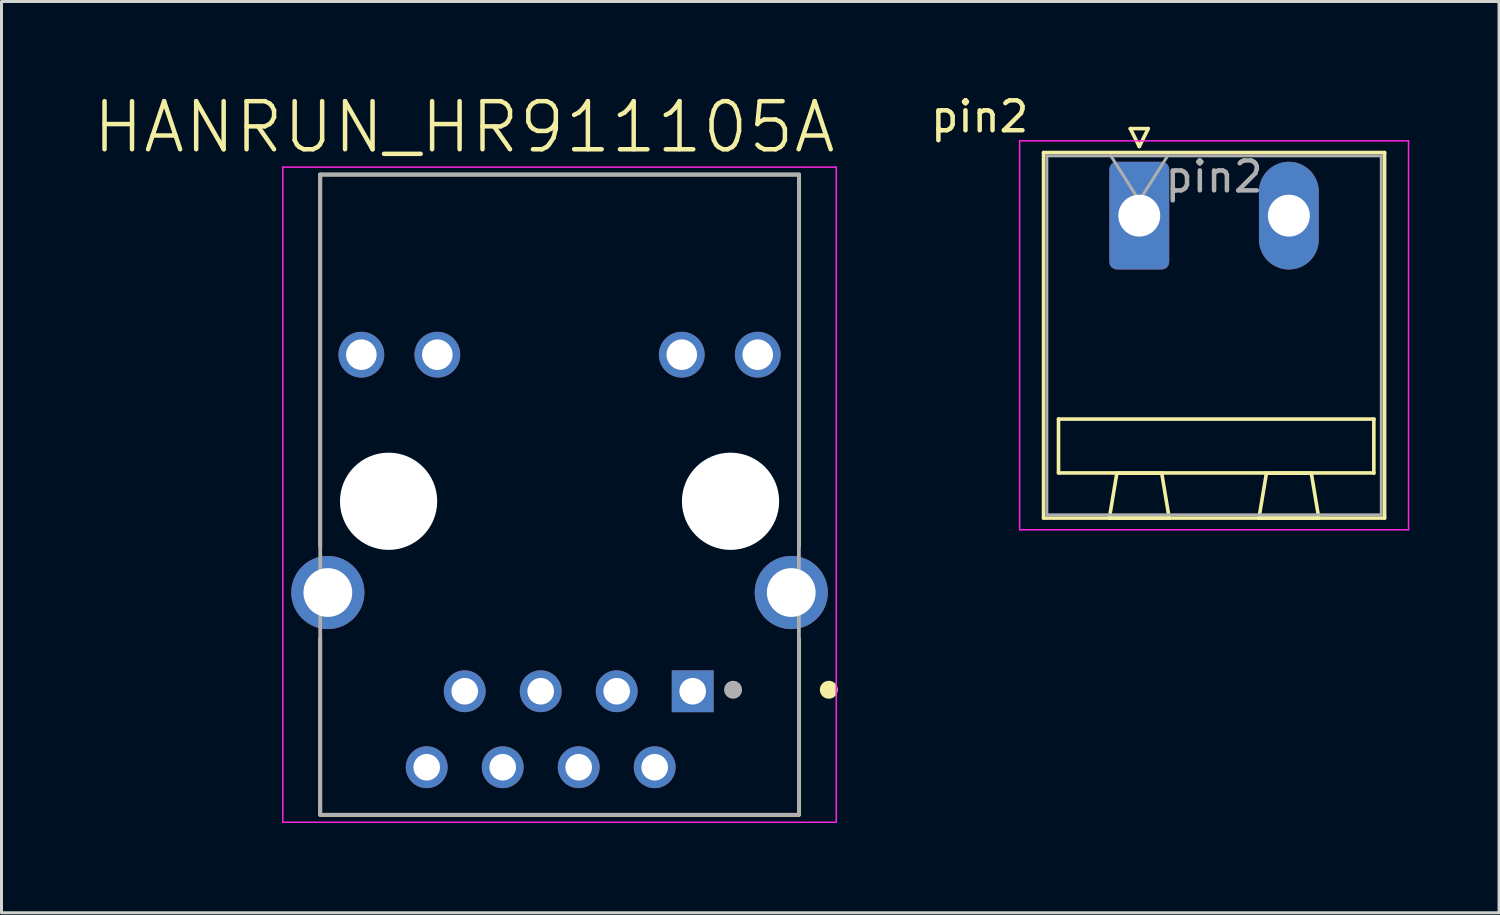
<source format=kicad_pcb>
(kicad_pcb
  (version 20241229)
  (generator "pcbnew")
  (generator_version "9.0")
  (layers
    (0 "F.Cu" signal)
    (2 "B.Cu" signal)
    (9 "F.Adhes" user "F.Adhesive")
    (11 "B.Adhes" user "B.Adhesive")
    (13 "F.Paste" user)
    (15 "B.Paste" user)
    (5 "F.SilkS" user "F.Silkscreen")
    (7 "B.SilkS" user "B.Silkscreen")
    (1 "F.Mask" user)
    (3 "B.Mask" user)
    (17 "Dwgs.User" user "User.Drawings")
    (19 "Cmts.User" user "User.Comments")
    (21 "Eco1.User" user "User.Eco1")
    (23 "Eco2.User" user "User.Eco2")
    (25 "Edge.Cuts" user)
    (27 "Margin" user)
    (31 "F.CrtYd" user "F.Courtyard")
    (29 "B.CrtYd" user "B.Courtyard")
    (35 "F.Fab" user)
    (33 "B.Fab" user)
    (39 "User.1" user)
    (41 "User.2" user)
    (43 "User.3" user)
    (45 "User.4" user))
  (footprint "HANRUN_HR911105A"
    (layer "F.Cu")
    (at 15.654 13.706)
    (property "Reference" "HANRUN_HR911105A" (at -3.188 -12.503 0) (layer "F.SilkS") (effects (font (size 1.608 1.608) (thickness 0.15))))
    (attr through_hole)
    (fp_line (start -8 -10.92) (end -8 1.5) (stroke (width 0.127) (type solid)) (layer "F.SilkS"))
    (fp_line (start -8 4.6) (end -8 10.48) (stroke (width 0.127) (type solid)) (layer "F.SilkS"))
    (fp_line (start 8 -10.92) (end -8 -10.92) (stroke (width 0.127) (type solid)) (layer "F.SilkS"))
    (fp_line (start 8 -10.92) (end 8 1.5) (stroke (width 0.127) (type solid)) (layer "F.SilkS"))
    (fp_line (start 8 4.6) (end 8 10.48) (stroke (width 0.127) (type solid)) (layer "F.SilkS"))
    (fp_line (start 8 10.48) (end -8 10.48) (stroke (width 0.127) (type solid)) (layer "F.SilkS"))
    (fp_circle (center 9 6.3) (end 9.15 6.3) (stroke (width 0.3) (type solid)) (fill no) (layer "F.SilkS"))
    (fp_line (start -9.25 -11.17) (end -9.25 10.73) (stroke (width 0.05) (type solid)) (layer "F.CrtYd"))
    (fp_line (start -9.25 10.73) (end 9.25 10.73) (stroke (width 0.05) (type solid)) (layer "F.CrtYd"))
    (fp_line (start 9.25 -11.17) (end -9.25 -11.17) (stroke (width 0.05) (type solid)) (layer "F.CrtYd"))
    (fp_line (start 9.25 10.73) (end 9.25 -11.17) (stroke (width 0.05) (type solid)) (layer "F.CrtYd"))
    (fp_line (start -8 -10.92) (end -8 10.48) (stroke (width 0.127) (type solid)) (layer "F.Fab"))
    (fp_line (start -8 10.48) (end 8 10.48) (stroke (width 0.127) (type solid)) (layer "F.Fab"))
    (fp_line (start 8 -10.92) (end -8 -10.92) (stroke (width 0.127) (type solid)) (layer "F.Fab"))
    (fp_line (start 8 10.48) (end 8 -10.92) (stroke (width 0.127) (type solid)) (layer "F.Fab"))
    (fp_circle (center 5.8 6.3) (end 5.95 6.3) (stroke (width 0.3) (type solid)) (fill no) (layer "F.Fab"))
    (pad "" np_thru_hole circle (at -5.715 0) (size 3.25 3.25) (drill 3.25) (layers "*.Cu" "*.Mask"))
    (pad "" np_thru_hole circle (at 5.715 0) (size 3.25 3.25) (drill 3.25) (layers "*.Cu" "*.Mask"))
    (pad "1" thru_hole rect (at 4.45 6.35) (size 1.398 1.398) (drill 0.89) (layers "*.Cu" "*.Mask"))
    (pad "2" thru_hole circle (at 3.18 8.89) (size 1.398 1.398) (drill 0.89) (layers "*.Cu" "*.Mask"))
    (pad "3" thru_hole circle (at 1.91 6.35) (size 1.398 1.398) (drill 0.89) (layers "*.Cu" "*.Mask"))
    (pad "4" thru_hole circle (at 0.64 8.89) (size 1.398 1.398) (drill 0.89) (layers "*.Cu" "*.Mask"))
    (pad "5" thru_hole circle (at -0.63 6.35) (size 1.398 1.398) (drill 0.89) (layers "*.Cu" "*.Mask"))
    (pad "6" thru_hole circle (at -1.9 8.89) (size 1.398 1.398) (drill 0.89) (layers "*.Cu" "*.Mask"))
    (pad "7" thru_hole circle (at -3.17 6.35) (size 1.398 1.398) (drill 0.89) (layers "*.Cu" "*.Mask"))
    (pad "8" thru_hole circle (at -4.44 8.89) (size 1.398 1.398) (drill 0.89) (layers "*.Cu" "*.Mask"))
    (pad "9" thru_hole circle (at 6.625 -4.9) (size 1.53 1.53) (drill 1.02) (layers "*.Cu" "*.Mask"))
    (pad "10" thru_hole circle (at 4.085 -4.9) (size 1.53 1.53) (drill 1.02) (layers "*.Cu" "*.Mask"))
    (pad "11" thru_hole circle (at -4.085 -4.9) (size 1.53 1.53) (drill 1.02) (layers "*.Cu" "*.Mask"))
    (pad "12" thru_hole circle (at -6.625 -4.9) (size 1.53 1.53) (drill 1.02) (layers "*.Cu" "*.Mask"))
    (pad "15" thru_hole circle (at 7.745 3.05) (size 2.445 2.445) (drill 1.63) (layers "*.Cu" "*.Mask"))
    (pad "16" thru_hole circle (at -7.745 3.05) (size 2.445 2.445) (drill 1.63) (layers "*.Cu" "*.Mask")))
  (footprint "pin2"
    (layer "F.Cu")
    (at 29.698 0.348)
    (property "Reference" "pin2" (at 0 0.5 0) (layer "F.SilkS") (effects (font (size 1 1) (thickness 0.15))))
    (attr through_hole)
    (fp_line (start 2.134 1.7) (end 2.134 13.92) (stroke (width 0.12) (type solid)) (layer "F.SilkS"))
    (fp_line (start 2.134 13.92) (end 13.534 13.92) (stroke (width 0.12) (type solid)) (layer "F.SilkS"))
    (fp_line (start 2.634 10.61) (end 13.184 10.61) (stroke (width 0.12) (type solid)) (layer "F.SilkS"))
    (fp_line (start 2.634 12.41) (end 2.634 10.61) (stroke (width 0.12) (type solid)) (layer "F.SilkS"))
    (fp_line (start 4.334 13.92) (end 6.334 13.92) (stroke (width 0.12) (type solid)) (layer "F.SilkS"))
    (fp_line (start 4.584 12.42) (end 4.334 13.92) (stroke (width 0.12) (type solid)) (layer "F.SilkS"))
    (fp_line (start 5.034 0.9) (end 5.634 0.9) (stroke (width 0.12) (type solid)) (layer "F.SilkS"))
    (fp_line (start 5.334 1.5) (end 5.034 0.9) (stroke (width 0.12) (type solid)) (layer "F.SilkS"))
    (fp_line (start 5.634 0.9) (end 5.334 1.5) (stroke (width 0.12) (type solid)) (layer "F.SilkS"))
    (fp_line (start 6.084 12.42) (end 4.584 12.42) (stroke (width 0.12) (type solid)) (layer "F.SilkS"))
    (fp_line (start 6.334 13.92) (end 6.084 12.42) (stroke (width 0.12) (type solid)) (layer "F.SilkS"))
    (fp_line (start 9.334 13.92) (end 11.334 13.92) (stroke (width 0.12) (type solid)) (layer "F.SilkS"))
    (fp_line (start 9.584 12.42) (end 9.334 13.92) (stroke (width 0.12) (type solid)) (layer "F.SilkS"))
    (fp_line (start 11.084 12.42) (end 9.584 12.42) (stroke (width 0.12) (type solid)) (layer "F.SilkS"))
    (fp_line (start 11.334 13.92) (end 11.084 12.42) (stroke (width 0.12) (type solid)) (layer "F.SilkS"))
    (fp_line (start 13.174 10.62) (end 13.174 12.42) (stroke (width 0.12) (type solid)) (layer "F.SilkS"))
    (fp_line (start 13.174 12.41) (end 2.634 12.41) (stroke (width 0.12) (type solid)) (layer "F.SilkS"))
    (fp_line (start 13.534 1.7) (end 2.134 1.7) (stroke (width 0.12) (type solid)) (layer "F.SilkS"))
    (fp_line (start 13.534 13.92) (end 13.534 1.7) (stroke (width 0.12) (type solid)) (layer "F.SilkS"))
    (fp_line (start 1.334 1.31) (end 1.334 14.31) (stroke (width 0.05) (type solid)) (layer "F.CrtYd"))
    (fp_line (start 1.334 14.31) (end 14.334 14.31) (stroke (width 0.05) (type solid)) (layer "F.CrtYd"))
    (fp_line (start 14.334 1.31) (end 1.334 1.31) (stroke (width 0.05) (type solid)) (layer "F.CrtYd"))
    (fp_line (start 14.334 14.31) (end 14.334 1.31) (stroke (width 0.05) (type solid)) (layer "F.CrtYd"))
    (fp_line (start 2.244 1.81) (end 2.244 13.81) (stroke (width 0.1) (type solid)) (layer "F.Fab"))
    (fp_line (start 2.244 13.81) (end 13.424 13.81) (stroke (width 0.1) (type solid)) (layer "F.Fab"))
    (fp_line (start 5.334 3.31) (end 4.384 1.81) (stroke (width 0.1) (type solid)) (layer "F.Fab"))
    (fp_line (start 6.284 1.81) (end 5.334 3.31) (stroke (width 0.1) (type solid)) (layer "F.Fab"))
    (fp_line (start 13.424 1.81) (end 2.244 1.81) (stroke (width 0.1) (type solid)) (layer "F.Fab"))
    (fp_line (start 13.424 13.81) (end 13.424 1.81) (stroke (width 0.1) (type solid)) (layer "F.Fab"))
    (fp_text user "${REFERENCE}" (at 7.834 2.51 0) (layer "F.Fab") (effects (font (size 1 1) (thickness 0.15))))
    (pad "1" thru_hole roundrect (at 5.334 3.81) (size 2 3.6) (drill 1.4) (layers "*.Cu" "*.Mask") (roundrect_rratio 0.125))
    (pad "2" thru_hole oval (at 10.334 3.81) (size 2 3.6) (drill 1.4) (layers "*.Cu" "*.Mask")))
  (gr_rect
    (start -3 -3)
    (end 47.057 27.461)
    (stroke (width 0.1) (type default))
    (fill no)
    (layer "Edge.Cuts")))
</source>
